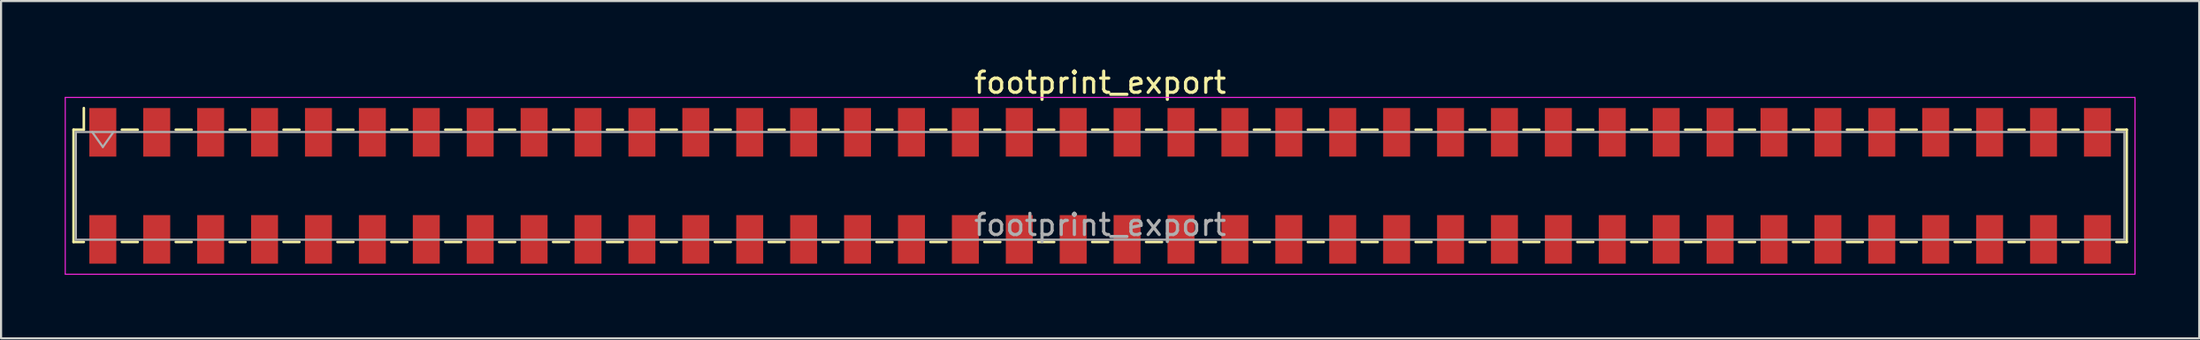
<source format=kicad_pcb>
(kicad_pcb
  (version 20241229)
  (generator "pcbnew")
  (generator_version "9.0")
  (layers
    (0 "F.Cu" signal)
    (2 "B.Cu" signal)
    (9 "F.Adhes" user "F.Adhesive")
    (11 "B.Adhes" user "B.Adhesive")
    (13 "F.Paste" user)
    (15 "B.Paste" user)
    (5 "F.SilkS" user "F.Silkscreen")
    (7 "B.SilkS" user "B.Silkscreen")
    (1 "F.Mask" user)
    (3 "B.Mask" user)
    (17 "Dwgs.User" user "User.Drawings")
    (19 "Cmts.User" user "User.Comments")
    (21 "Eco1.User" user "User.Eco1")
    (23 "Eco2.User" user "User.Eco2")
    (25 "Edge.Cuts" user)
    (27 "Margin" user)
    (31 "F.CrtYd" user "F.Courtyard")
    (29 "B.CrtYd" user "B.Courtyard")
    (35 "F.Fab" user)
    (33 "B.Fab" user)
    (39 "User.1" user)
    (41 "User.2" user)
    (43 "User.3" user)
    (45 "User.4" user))
  (footprint "footprint_export"
    (layer "F.Cu")
    (at 48.785 5.718)
    (property "Reference" "footprint_export" (at 0 -4.87 0) (layer "F.SilkS") (effects (font (size 1 1) (thickness 0.15))))
    (attr smd)
    (fp_line (start -48.37 -2.65) (end -48.37 2.65) (stroke (width 0.12) (type solid)) (layer "F.SilkS"))
    (fp_line (start -48.37 2.65) (end -47.885 2.65) (stroke (width 0.12) (type solid)) (layer "F.SilkS"))
    (fp_line (start -47.885 -3.67) (end -47.885 -2.65) (stroke (width 0.12) (type solid)) (layer "F.SilkS"))
    (fp_line (start -47.885 -2.65) (end -48.37 -2.65) (stroke (width 0.12) (type solid)) (layer "F.SilkS"))
    (fp_line (start -46.095 -2.65) (end -45.345 -2.65) (stroke (width 0.12) (type solid)) (layer "F.SilkS"))
    (fp_line (start -46.095 2.65) (end -45.345 2.65) (stroke (width 0.12) (type solid)) (layer "F.SilkS"))
    (fp_line (start -43.555 -2.65) (end -42.805 -2.65) (stroke (width 0.12) (type solid)) (layer "F.SilkS"))
    (fp_line (start -43.555 2.65) (end -42.805 2.65) (stroke (width 0.12) (type solid)) (layer "F.SilkS"))
    (fp_line (start -41.015 -2.65) (end -40.265 -2.65) (stroke (width 0.12) (type solid)) (layer "F.SilkS"))
    (fp_line (start -41.015 2.65) (end -40.265 2.65) (stroke (width 0.12) (type solid)) (layer "F.SilkS"))
    (fp_line (start -38.475 -2.65) (end -37.725 -2.65) (stroke (width 0.12) (type solid)) (layer "F.SilkS"))
    (fp_line (start -38.475 2.65) (end -37.725 2.65) (stroke (width 0.12) (type solid)) (layer "F.SilkS"))
    (fp_line (start -35.935 -2.65) (end -35.185 -2.65) (stroke (width 0.12) (type solid)) (layer "F.SilkS"))
    (fp_line (start -35.935 2.65) (end -35.185 2.65) (stroke (width 0.12) (type solid)) (layer "F.SilkS"))
    (fp_line (start -33.395 -2.65) (end -32.645 -2.65) (stroke (width 0.12) (type solid)) (layer "F.SilkS"))
    (fp_line (start -33.395 2.65) (end -32.645 2.65) (stroke (width 0.12) (type solid)) (layer "F.SilkS"))
    (fp_line (start -30.855 -2.65) (end -30.105 -2.65) (stroke (width 0.12) (type solid)) (layer "F.SilkS"))
    (fp_line (start -30.855 2.65) (end -30.105 2.65) (stroke (width 0.12) (type solid)) (layer "F.SilkS"))
    (fp_line (start -28.315 -2.65) (end -27.565 -2.65) (stroke (width 0.12) (type solid)) (layer "F.SilkS"))
    (fp_line (start -28.315 2.65) (end -27.565 2.65) (stroke (width 0.12) (type solid)) (layer "F.SilkS"))
    (fp_line (start -25.775 -2.65) (end -25.025 -2.65) (stroke (width 0.12) (type solid)) (layer "F.SilkS"))
    (fp_line (start -25.775 2.65) (end -25.025 2.65) (stroke (width 0.12) (type solid)) (layer "F.SilkS"))
    (fp_line (start -23.235 -2.65) (end -22.485 -2.65) (stroke (width 0.12) (type solid)) (layer "F.SilkS"))
    (fp_line (start -23.235 2.65) (end -22.485 2.65) (stroke (width 0.12) (type solid)) (layer "F.SilkS"))
    (fp_line (start -20.695 -2.65) (end -19.945 -2.65) (stroke (width 0.12) (type solid)) (layer "F.SilkS"))
    (fp_line (start -20.695 2.65) (end -19.945 2.65) (stroke (width 0.12) (type solid)) (layer "F.SilkS"))
    (fp_line (start -18.155 -2.65) (end -17.405 -2.65) (stroke (width 0.12) (type solid)) (layer "F.SilkS"))
    (fp_line (start -18.155 2.65) (end -17.405 2.65) (stroke (width 0.12) (type solid)) (layer "F.SilkS"))
    (fp_line (start -15.615 -2.65) (end -14.865 -2.65) (stroke (width 0.12) (type solid)) (layer "F.SilkS"))
    (fp_line (start -15.615 2.65) (end -14.865 2.65) (stroke (width 0.12) (type solid)) (layer "F.SilkS"))
    (fp_line (start -13.075 -2.65) (end -12.325 -2.65) (stroke (width 0.12) (type solid)) (layer "F.SilkS"))
    (fp_line (start -13.075 2.65) (end -12.325 2.65) (stroke (width 0.12) (type solid)) (layer "F.SilkS"))
    (fp_line (start -10.535 -2.65) (end -9.785 -2.65) (stroke (width 0.12) (type solid)) (layer "F.SilkS"))
    (fp_line (start -10.535 2.65) (end -9.785 2.65) (stroke (width 0.12) (type solid)) (layer "F.SilkS"))
    (fp_line (start -7.995 -2.65) (end -7.245 -2.65) (stroke (width 0.12) (type solid)) (layer "F.SilkS"))
    (fp_line (start -7.995 2.65) (end -7.245 2.65) (stroke (width 0.12) (type solid)) (layer "F.SilkS"))
    (fp_line (start -5.455 -2.65) (end -4.705 -2.65) (stroke (width 0.12) (type solid)) (layer "F.SilkS"))
    (fp_line (start -5.455 2.65) (end -4.705 2.65) (stroke (width 0.12) (type solid)) (layer "F.SilkS"))
    (fp_line (start -2.915 -2.65) (end -2.165 -2.65) (stroke (width 0.12) (type solid)) (layer "F.SilkS"))
    (fp_line (start -2.915 2.65) (end -2.165 2.65) (stroke (width 0.12) (type solid)) (layer "F.SilkS"))
    (fp_line (start -0.375 -2.65) (end 0.375 -2.65) (stroke (width 0.12) (type solid)) (layer "F.SilkS"))
    (fp_line (start -0.375 2.65) (end 0.375 2.65) (stroke (width 0.12) (type solid)) (layer "F.SilkS"))
    (fp_line (start 2.165 -2.65) (end 2.915 -2.65) (stroke (width 0.12) (type solid)) (layer "F.SilkS"))
    (fp_line (start 2.165 2.65) (end 2.915 2.65) (stroke (width 0.12) (type solid)) (layer "F.SilkS"))
    (fp_line (start 4.705 -2.65) (end 5.455 -2.65) (stroke (width 0.12) (type solid)) (layer "F.SilkS"))
    (fp_line (start 4.705 2.65) (end 5.455 2.65) (stroke (width 0.12) (type solid)) (layer "F.SilkS"))
    (fp_line (start 7.245 -2.65) (end 7.995 -2.65) (stroke (width 0.12) (type solid)) (layer "F.SilkS"))
    (fp_line (start 7.245 2.65) (end 7.995 2.65) (stroke (width 0.12) (type solid)) (layer "F.SilkS"))
    (fp_line (start 9.785 -2.65) (end 10.535 -2.65) (stroke (width 0.12) (type solid)) (layer "F.SilkS"))
    (fp_line (start 9.785 2.65) (end 10.535 2.65) (stroke (width 0.12) (type solid)) (layer "F.SilkS"))
    (fp_line (start 12.325 -2.65) (end 13.075 -2.65) (stroke (width 0.12) (type solid)) (layer "F.SilkS"))
    (fp_line (start 12.325 2.65) (end 13.075 2.65) (stroke (width 0.12) (type solid)) (layer "F.SilkS"))
    (fp_line (start 14.865 -2.65) (end 15.615 -2.65) (stroke (width 0.12) (type solid)) (layer "F.SilkS"))
    (fp_line (start 14.865 2.65) (end 15.615 2.65) (stroke (width 0.12) (type solid)) (layer "F.SilkS"))
    (fp_line (start 17.405 -2.65) (end 18.155 -2.65) (stroke (width 0.12) (type solid)) (layer "F.SilkS"))
    (fp_line (start 17.405 2.65) (end 18.155 2.65) (stroke (width 0.12) (type solid)) (layer "F.SilkS"))
    (fp_line (start 19.945 -2.65) (end 20.695 -2.65) (stroke (width 0.12) (type solid)) (layer "F.SilkS"))
    (fp_line (start 19.945 2.65) (end 20.695 2.65) (stroke (width 0.12) (type solid)) (layer "F.SilkS"))
    (fp_line (start 22.485 -2.65) (end 23.235 -2.65) (stroke (width 0.12) (type solid)) (layer "F.SilkS"))
    (fp_line (start 22.485 2.65) (end 23.235 2.65) (stroke (width 0.12) (type solid)) (layer "F.SilkS"))
    (fp_line (start 25.025 -2.65) (end 25.775 -2.65) (stroke (width 0.12) (type solid)) (layer "F.SilkS"))
    (fp_line (start 25.025 2.65) (end 25.775 2.65) (stroke (width 0.12) (type solid)) (layer "F.SilkS"))
    (fp_line (start 27.565 -2.65) (end 28.315 -2.65) (stroke (width 0.12) (type solid)) (layer "F.SilkS"))
    (fp_line (start 27.565 2.65) (end 28.315 2.65) (stroke (width 0.12) (type solid)) (layer "F.SilkS"))
    (fp_line (start 30.105 -2.65) (end 30.855 -2.65) (stroke (width 0.12) (type solid)) (layer "F.SilkS"))
    (fp_line (start 30.105 2.65) (end 30.855 2.65) (stroke (width 0.12) (type solid)) (layer "F.SilkS"))
    (fp_line (start 32.645 -2.65) (end 33.395 -2.65) (stroke (width 0.12) (type solid)) (layer "F.SilkS"))
    (fp_line (start 32.645 2.65) (end 33.395 2.65) (stroke (width 0.12) (type solid)) (layer "F.SilkS"))
    (fp_line (start 35.185 -2.65) (end 35.935 -2.65) (stroke (width 0.12) (type solid)) (layer "F.SilkS"))
    (fp_line (start 35.185 2.65) (end 35.935 2.65) (stroke (width 0.12) (type solid)) (layer "F.SilkS"))
    (fp_line (start 37.725 -2.65) (end 38.475 -2.65) (stroke (width 0.12) (type solid)) (layer "F.SilkS"))
    (fp_line (start 37.725 2.65) (end 38.475 2.65) (stroke (width 0.12) (type solid)) (layer "F.SilkS"))
    (fp_line (start 40.265 -2.65) (end 41.015 -2.65) (stroke (width 0.12) (type solid)) (layer "F.SilkS"))
    (fp_line (start 40.265 2.65) (end 41.015 2.65) (stroke (width 0.12) (type solid)) (layer "F.SilkS"))
    (fp_line (start 42.805 -2.65) (end 43.555 -2.65) (stroke (width 0.12) (type solid)) (layer "F.SilkS"))
    (fp_line (start 42.805 2.65) (end 43.555 2.65) (stroke (width 0.12) (type solid)) (layer "F.SilkS"))
    (fp_line (start 45.345 -2.65) (end 46.095 -2.65) (stroke (width 0.12) (type solid)) (layer "F.SilkS"))
    (fp_line (start 45.345 2.65) (end 46.095 2.65) (stroke (width 0.12) (type solid)) (layer "F.SilkS"))
    (fp_line (start 47.885 -2.65) (end 48.37 -2.65) (stroke (width 0.12) (type solid)) (layer "F.SilkS"))
    (fp_line (start 48.37 -2.65) (end 48.37 2.65) (stroke (width 0.12) (type solid)) (layer "F.SilkS"))
    (fp_line (start 48.37 2.65) (end 47.885 2.65) (stroke (width 0.12) (type solid)) (layer "F.SilkS"))
    (fp_line (start -48.76 -4.17) (end 48.76 -4.17) (stroke (width 0.05) (type solid)) (layer "F.CrtYd"))
    (fp_line (start -48.76 4.17) (end -48.76 -4.17) (stroke (width 0.05) (type solid)) (layer "F.CrtYd"))
    (fp_line (start 48.76 -4.17) (end 48.76 4.17) (stroke (width 0.05) (type solid)) (layer "F.CrtYd"))
    (fp_line (start 48.76 4.17) (end -48.76 4.17) (stroke (width 0.05) (type solid)) (layer "F.CrtYd"))
    (fp_line (start -48.26 -2.54) (end 48.26 -2.54) (stroke (width 0.1) (type solid)) (layer "F.Fab"))
    (fp_line (start -48.26 2.54) (end -48.26 -2.54) (stroke (width 0.1) (type solid)) (layer "F.Fab"))
    (fp_line (start -47.49 -2.54) (end -46.99 -1.833) (stroke (width 0.1) (type solid)) (layer "F.Fab"))
    (fp_line (start -46.99 -1.833) (end -46.49 -2.54) (stroke (width 0.1) (type solid)) (layer "F.Fab"))
    (fp_line (start 48.26 -2.54) (end 48.26 2.54) (stroke (width 0.1) (type solid)) (layer "F.Fab"))
    (fp_line (start 48.26 2.54) (end -48.26 2.54) (stroke (width 0.1) (type solid)) (layer "F.Fab"))
    (fp_text user "${REFERENCE}" (at 0 1.84 0) (layer "F.Fab") (effects (font (size 1 1) (thickness 0.15))))
    (pad "1" smd rect (at -46.99 -2.525) (size 1.27 2.29) (layers "F.Cu" "F.Mask" "F.Paste"))
    (pad "2" smd rect (at -46.99 2.525) (size 1.27 2.29) (layers "F.Cu" "F.Mask" "F.Paste"))
    (pad "3" smd rect (at -44.45 -2.525) (size 1.27 2.29) (layers "F.Cu" "F.Mask" "F.Paste"))
    (pad "4" smd rect (at -44.45 2.525) (size 1.27 2.29) (layers "F.Cu" "F.Mask" "F.Paste"))
    (pad "5" smd rect (at -41.91 -2.525) (size 1.27 2.29) (layers "F.Cu" "F.Mask" "F.Paste"))
    (pad "6" smd rect (at -41.91 2.525) (size 1.27 2.29) (layers "F.Cu" "F.Mask" "F.Paste"))
    (pad "7" smd rect (at -39.37 -2.525) (size 1.27 2.29) (layers "F.Cu" "F.Mask" "F.Paste"))
    (pad "8" smd rect (at -39.37 2.525) (size 1.27 2.29) (layers "F.Cu" "F.Mask" "F.Paste"))
    (pad "9" smd rect (at -36.83 -2.525) (size 1.27 2.29) (layers "F.Cu" "F.Mask" "F.Paste"))
    (pad "10" smd rect (at -36.83 2.525) (size 1.27 2.29) (layers "F.Cu" "F.Mask" "F.Paste"))
    (pad "11" smd rect (at -34.29 -2.525) (size 1.27 2.29) (layers "F.Cu" "F.Mask" "F.Paste"))
    (pad "12" smd rect (at -34.29 2.525) (size 1.27 2.29) (layers "F.Cu" "F.Mask" "F.Paste"))
    (pad "13" smd rect (at -31.75 -2.525) (size 1.27 2.29) (layers "F.Cu" "F.Mask" "F.Paste"))
    (pad "14" smd rect (at -31.75 2.525) (size 1.27 2.29) (layers "F.Cu" "F.Mask" "F.Paste"))
    (pad "15" smd rect (at -29.21 -2.525) (size 1.27 2.29) (layers "F.Cu" "F.Mask" "F.Paste"))
    (pad "16" smd rect (at -29.21 2.525) (size 1.27 2.29) (layers "F.Cu" "F.Mask" "F.Paste"))
    (pad "17" smd rect (at -26.67 -2.525) (size 1.27 2.29) (layers "F.Cu" "F.Mask" "F.Paste"))
    (pad "18" smd rect (at -26.67 2.525) (size 1.27 2.29) (layers "F.Cu" "F.Mask" "F.Paste"))
    (pad "19" smd rect (at -24.13 -2.525) (size 1.27 2.29) (layers "F.Cu" "F.Mask" "F.Paste"))
    (pad "20" smd rect (at -24.13 2.525) (size 1.27 2.29) (layers "F.Cu" "F.Mask" "F.Paste"))
    (pad "21" smd rect (at -21.59 -2.525) (size 1.27 2.29) (layers "F.Cu" "F.Mask" "F.Paste"))
    (pad "22" smd rect (at -21.59 2.525) (size 1.27 2.29) (layers "F.Cu" "F.Mask" "F.Paste"))
    (pad "23" smd rect (at -19.05 -2.525) (size 1.27 2.29) (layers "F.Cu" "F.Mask" "F.Paste"))
    (pad "24" smd rect (at -19.05 2.525) (size 1.27 2.29) (layers "F.Cu" "F.Mask" "F.Paste"))
    (pad "25" smd rect (at -16.51 -2.525) (size 1.27 2.29) (layers "F.Cu" "F.Mask" "F.Paste"))
    (pad "26" smd rect (at -16.51 2.525) (size 1.27 2.29) (layers "F.Cu" "F.Mask" "F.Paste"))
    (pad "27" smd rect (at -13.97 -2.525) (size 1.27 2.29) (layers "F.Cu" "F.Mask" "F.Paste"))
    (pad "28" smd rect (at -13.97 2.525) (size 1.27 2.29) (layers "F.Cu" "F.Mask" "F.Paste"))
    (pad "29" smd rect (at -11.43 -2.525) (size 1.27 2.29) (layers "F.Cu" "F.Mask" "F.Paste"))
    (pad "30" smd rect (at -11.43 2.525) (size 1.27 2.29) (layers "F.Cu" "F.Mask" "F.Paste"))
    (pad "31" smd rect (at -8.89 -2.525) (size 1.27 2.29) (layers "F.Cu" "F.Mask" "F.Paste"))
    (pad "32" smd rect (at -8.89 2.525) (size 1.27 2.29) (layers "F.Cu" "F.Mask" "F.Paste"))
    (pad "33" smd rect (at -6.35 -2.525) (size 1.27 2.29) (layers "F.Cu" "F.Mask" "F.Paste"))
    (pad "34" smd rect (at -6.35 2.525) (size 1.27 2.29) (layers "F.Cu" "F.Mask" "F.Paste"))
    (pad "35" smd rect (at -3.81 -2.525) (size 1.27 2.29) (layers "F.Cu" "F.Mask" "F.Paste"))
    (pad "36" smd rect (at -3.81 2.525) (size 1.27 2.29) (layers "F.Cu" "F.Mask" "F.Paste"))
    (pad "37" smd rect (at -1.27 -2.525) (size 1.27 2.29) (layers "F.Cu" "F.Mask" "F.Paste"))
    (pad "38" smd rect (at -1.27 2.525) (size 1.27 2.29) (layers "F.Cu" "F.Mask" "F.Paste"))
    (pad "39" smd rect (at 1.27 -2.525) (size 1.27 2.29) (layers "F.Cu" "F.Mask" "F.Paste"))
    (pad "40" smd rect (at 1.27 2.525) (size 1.27 2.29) (layers "F.Cu" "F.Mask" "F.Paste"))
    (pad "41" smd rect (at 3.81 -2.525) (size 1.27 2.29) (layers "F.Cu" "F.Mask" "F.Paste"))
    (pad "42" smd rect (at 3.81 2.525) (size 1.27 2.29) (layers "F.Cu" "F.Mask" "F.Paste"))
    (pad "43" smd rect (at 6.35 -2.525) (size 1.27 2.29) (layers "F.Cu" "F.Mask" "F.Paste"))
    (pad "44" smd rect (at 6.35 2.525) (size 1.27 2.29) (layers "F.Cu" "F.Mask" "F.Paste"))
    (pad "45" smd rect (at 8.89 -2.525) (size 1.27 2.29) (layers "F.Cu" "F.Mask" "F.Paste"))
    (pad "46" smd rect (at 8.89 2.525) (size 1.27 2.29) (layers "F.Cu" "F.Mask" "F.Paste"))
    (pad "47" smd rect (at 11.43 -2.525) (size 1.27 2.29) (layers "F.Cu" "F.Mask" "F.Paste"))
    (pad "48" smd rect (at 11.43 2.525) (size 1.27 2.29) (layers "F.Cu" "F.Mask" "F.Paste"))
    (pad "49" smd rect (at 13.97 -2.525) (size 1.27 2.29) (layers "F.Cu" "F.Mask" "F.Paste"))
    (pad "50" smd rect (at 13.97 2.525) (size 1.27 2.29) (layers "F.Cu" "F.Mask" "F.Paste"))
    (pad "51" smd rect (at 16.51 -2.525) (size 1.27 2.29) (layers "F.Cu" "F.Mask" "F.Paste"))
    (pad "52" smd rect (at 16.51 2.525) (size 1.27 2.29) (layers "F.Cu" "F.Mask" "F.Paste"))
    (pad "53" smd rect (at 19.05 -2.525) (size 1.27 2.29) (layers "F.Cu" "F.Mask" "F.Paste"))
    (pad "54" smd rect (at 19.05 2.525) (size 1.27 2.29) (layers "F.Cu" "F.Mask" "F.Paste"))
    (pad "55" smd rect (at 21.59 -2.525) (size 1.27 2.29) (layers "F.Cu" "F.Mask" "F.Paste"))
    (pad "56" smd rect (at 21.59 2.525) (size 1.27 2.29) (layers "F.Cu" "F.Mask" "F.Paste"))
    (pad "57" smd rect (at 24.13 -2.525) (size 1.27 2.29) (layers "F.Cu" "F.Mask" "F.Paste"))
    (pad "58" smd rect (at 24.13 2.525) (size 1.27 2.29) (layers "F.Cu" "F.Mask" "F.Paste"))
    (pad "59" smd rect (at 26.67 -2.525) (size 1.27 2.29) (layers "F.Cu" "F.Mask" "F.Paste"))
    (pad "60" smd rect (at 26.67 2.525) (size 1.27 2.29) (layers "F.Cu" "F.Mask" "F.Paste"))
    (pad "61" smd rect (at 29.21 -2.525) (size 1.27 2.29) (layers "F.Cu" "F.Mask" "F.Paste"))
    (pad "62" smd rect (at 29.21 2.525) (size 1.27 2.29) (layers "F.Cu" "F.Mask" "F.Paste"))
    (pad "63" smd rect (at 31.75 -2.525) (size 1.27 2.29) (layers "F.Cu" "F.Mask" "F.Paste"))
    (pad "64" smd rect (at 31.75 2.525) (size 1.27 2.29) (layers "F.Cu" "F.Mask" "F.Paste"))
    (pad "65" smd rect (at 34.29 -2.525) (size 1.27 2.29) (layers "F.Cu" "F.Mask" "F.Paste"))
    (pad "66" smd rect (at 34.29 2.525) (size 1.27 2.29) (layers "F.Cu" "F.Mask" "F.Paste"))
    (pad "67" smd rect (at 36.83 -2.525) (size 1.27 2.29) (layers "F.Cu" "F.Mask" "F.Paste"))
    (pad "68" smd rect (at 36.83 2.525) (size 1.27 2.29) (layers "F.Cu" "F.Mask" "F.Paste"))
    (pad "69" smd rect (at 39.37 -2.525) (size 1.27 2.29) (layers "F.Cu" "F.Mask" "F.Paste"))
    (pad "70" smd rect (at 39.37 2.525) (size 1.27 2.29) (layers "F.Cu" "F.Mask" "F.Paste"))
    (pad "71" smd rect (at 41.91 -2.525) (size 1.27 2.29) (layers "F.Cu" "F.Mask" "F.Paste"))
    (pad "72" smd rect (at 41.91 2.525) (size 1.27 2.29) (layers "F.Cu" "F.Mask" "F.Paste"))
    (pad "73" smd rect (at 44.45 -2.525) (size 1.27 2.29) (layers "F.Cu" "F.Mask" "F.Paste"))
    (pad "74" smd rect (at 44.45 2.525) (size 1.27 2.29) (layers "F.Cu" "F.Mask" "F.Paste"))
    (pad "75" smd rect (at 46.99 -2.525) (size 1.27 2.29) (layers "F.Cu" "F.Mask" "F.Paste"))
    (pad "76" smd rect (at 46.99 2.525) (size 1.27 2.29) (layers "F.Cu" "F.Mask" "F.Paste")))
  (gr_rect
    (start -3 -3)
    (end 100.57 12.913)
    (stroke (width 0.1) (type default))
    (fill no)
    (layer "Edge.Cuts")))
</source>
